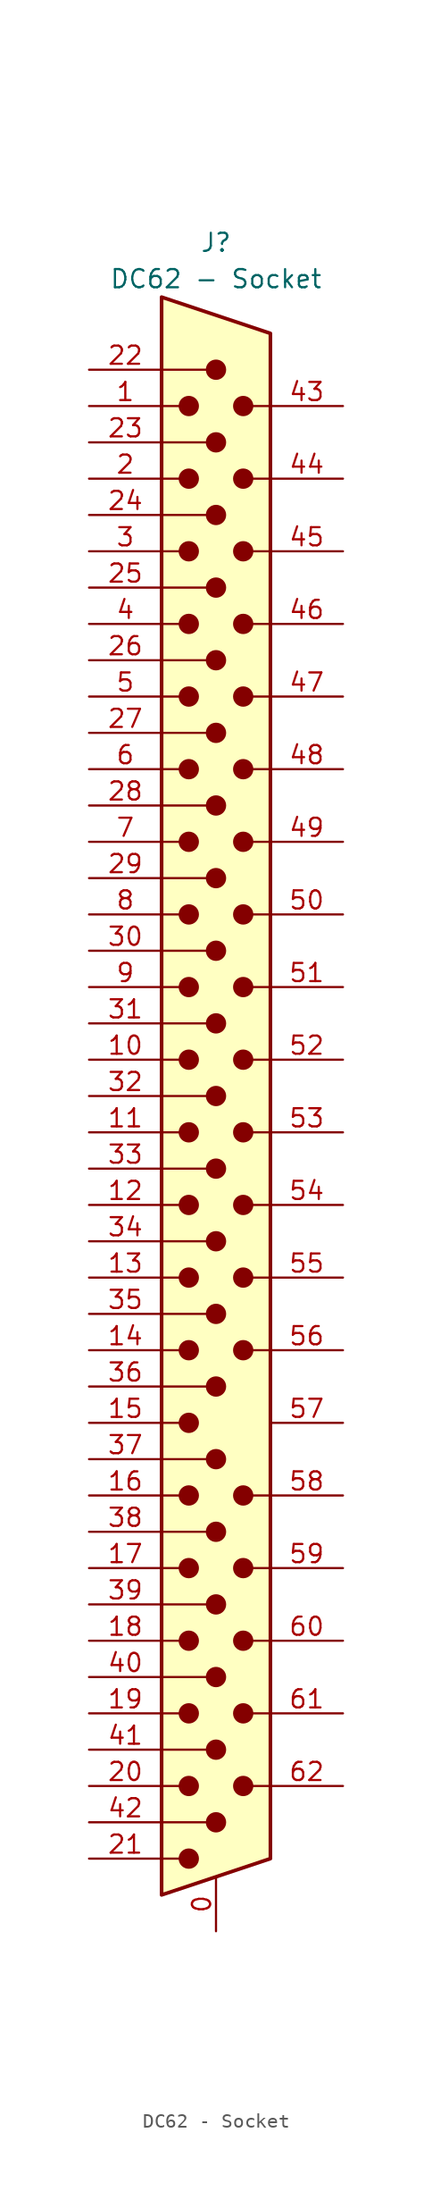
<source format=kicad_sym>
(kicad_symbol_lib
  (version 20211014)
  (generator kicad_symbol_editor)
  (symbol "DC62 - Socket"
    (pin_names
      (offset 1.016) hide)
    (property "Reference" "J"
      (at 0 39.37 0)
      (effects (font (size 1.27 1.27))))
    (property "Value" "DC62 - Socket"
      (at 0 36.83 0)
      (effects (font (size 1.27 1.27))))
    (symbol "DC62 - Socket_0_1"
      (circle (center -1.905 -73.66) (radius 0.635) (stroke (width 0) (type default) (color 0 0 0 0)) (fill (type outline)))
      (circle (center -1.905 -68.58) (radius 0.635) (stroke (width 0) (type default) (color 0 0 0 0)) (fill (type outline)))
      (circle (center -1.905 -63.5) (radius 0.635) (stroke (width 0) (type default) (color 0 0 0 0)) (fill (type outline)))
      (circle (center -1.905 -58.42) (radius 0.635) (stroke (width 0) (type default) (color 0 0 0 0)) (fill (type outline)))
      (circle (center -1.905 -53.34) (radius 0.635) (stroke (width 0) (type default) (color 0 0 0 0)) (fill (type outline)))
      (circle (center -1.905 -48.26) (radius 0.635) (stroke (width 0) (type default) (color 0 0 0 0)) (fill (type outline)))
      (circle (center -1.905 -43.18) (radius 0.635) (stroke (width 0) (type default) (color 0 0 0 0)) (fill (type outline)))
      (circle (center -1.905 -38.1) (radius 0.635) (stroke (width 0) (type default) (color 0 0 0 0)) (fill (type outline)))
      (circle (center -1.905 -33.02) (radius 0.635) (stroke (width 0) (type default) (color 0 0 0 0)) (fill (type outline)))
      (circle (center -1.905 -27.94) (radius 0.635) (stroke (width 0) (type default) (color 0 0 0 0)) (fill (type outline)))
      (circle (center -1.905 -22.86) (radius 0.635) (stroke (width 0) (type default) (color 0 0 0 0)) (fill (type outline)))
      (circle (center -1.905 -17.78) (radius 0.635) (stroke (width 0) (type default) (color 0 0 0 0)) (fill (type outline)))
      (circle (center -1.905 -12.7) (radius 0.635) (stroke (width 0) (type default) (color 0 0 0 0)) (fill (type outline)))
      (circle (center -1.905 -7.62) (radius 0.635) (stroke (width 0) (type default) (color 0 0 0 0)) (fill (type outline)))
      (circle (center -1.905 -2.54) (radius 0.635) (stroke (width 0) (type default) (color 0 0 0 0)) (fill (type outline)))
      (circle (center -1.905 2.54) (radius 0.635) (stroke (width 0) (type default) (color 0 0 0 0)) (fill (type outline)))
      (circle (center -1.905 7.62) (radius 0.635) (stroke (width 0) (type default) (color 0 0 0 0)) (fill (type outline)))
      (circle (center -1.905 12.7) (radius 0.635) (stroke (width 0) (type default) (color 0 0 0 0)) (fill (type outline)))
      (circle (center -1.905 17.78) (radius 0.635) (stroke (width 0) (type default) (color 0 0 0 0)) (fill (type outline)))
      (circle (center -1.905 22.86) (radius 0.635) (stroke (width 0) (type default) (color 0 0 0 0)) (fill (type outline)))
      (circle (center -1.905 27.94) (radius 0.635) (stroke (width 0) (type default) (color 0 0 0 0)) (fill (type outline)))
      (circle (center 0 -71.12) (radius 0.635) (stroke (width 0) (type default) (color 0 0 0 0)) (fill (type outline)))
      (circle (center 0 -66.04) (radius 0.635) (stroke (width 0) (type default) (color 0 0 0 0)) (fill (type outline)))
      (circle (center 0 -60.96) (radius 0.635) (stroke (width 0) (type default) (color 0 0 0 0)) (fill (type outline)))
      (circle (center 0 -55.88) (radius 0.635) (stroke (width 0) (type default) (color 0 0 0 0)) (fill (type outline)))
      (circle (center 0 -50.8) (radius 0.635) (stroke (width 0) (type default) (color 0 0 0 0)) (fill (type outline)))
      (circle (center 0 -45.72) (radius 0.635) (stroke (width 0) (type default) (color 0 0 0 0)) (fill (type outline)))
      (circle (center 0 -40.64) (radius 0.635) (stroke (width 0) (type default) (color 0 0 0 0)) (fill (type outline)))
      (circle (center 0 -35.56) (radius 0.635) (stroke (width 0) (type default) (color 0 0 0 0)) (fill (type outline)))
      (circle (center 0 -30.48) (radius 0.635) (stroke (width 0) (type default) (color 0 0 0 0)) (fill (type outline)))
      (circle (center 0 -25.4) (radius 0.635) (stroke (width 0) (type default) (color 0 0 0 0)) (fill (type outline)))
      (circle (center 0 -20.32) (radius 0.635) (stroke (width 0) (type default) (color 0 0 0 0)) (fill (type outline)))
      (circle (center 0 -15.24) (radius 0.635) (stroke (width 0) (type default) (color 0 0 0 0)) (fill (type outline)))
      (circle (center 0 -10.16) (radius 0.635) (stroke (width 0) (type default) (color 0 0 0 0)) (fill (type outline)))
      (circle (center 0 -5.08) (radius 0.635) (stroke (width 0) (type default) (color 0 0 0 0)) (fill (type outline)))
      (polyline (pts (xy -2.54 -73.66) (xy -3.81 -73.66)) (stroke (width 0) (type default) (color 0 0 0 0)) (fill (type none)))
      (polyline (pts (xy -2.54 -68.58) (xy -3.81 -68.58)) (stroke (width 0) (type default) (color 0 0 0 0)) (fill (type none)))
      (polyline (pts (xy -2.54 -63.5) (xy -3.81 -63.5)) (stroke (width 0) (type default) (color 0 0 0 0)) (fill (type none)))
      (polyline (pts (xy -2.54 -58.42) (xy -3.81 -58.42)) (stroke (width 0) (type default) (color 0 0 0 0)) (fill (type none)))
      (polyline (pts (xy -2.54 -53.34) (xy -3.81 -53.34)) (stroke (width 0) (type default) (color 0 0 0 0)) (fill (type none)))
      (polyline (pts (xy -2.54 -48.26) (xy -3.81 -48.26)) (stroke (width 0) (type default) (color 0 0 0 0)) (fill (type none)))
      (polyline (pts (xy -2.54 -43.18) (xy -3.81 -43.18)) (stroke (width 0) (type default) (color 0 0 0 0)) (fill (type none)))
      (polyline (pts (xy -2.54 -38.1) (xy -3.81 -38.1)) (stroke (width 0) (type default) (color 0 0 0 0)) (fill (type none)))
      (polyline (pts (xy -2.54 -33.02) (xy -3.81 -33.02)) (stroke (width 0) (type default) (color 0 0 0 0)) (fill (type none)))
      (polyline (pts (xy -2.54 -27.94) (xy -3.81 -27.94)) (stroke (width 0) (type default) (color 0 0 0 0)) (fill (type none)))
      (polyline (pts (xy -2.54 -22.86) (xy -3.81 -22.86)) (stroke (width 0) (type default) (color 0 0 0 0)) (fill (type none)))
      (polyline (pts (xy -2.54 -17.78) (xy -3.81 -17.78)) (stroke (width 0) (type default) (color 0 0 0 0)) (fill (type none)))
      (polyline (pts (xy -2.54 -12.7) (xy -3.81 -12.7)) (stroke (width 0) (type default) (color 0 0 0 0)) (fill (type none)))
      (polyline (pts (xy -2.54 -7.62) (xy -3.81 -7.62)) (stroke (width 0) (type default) (color 0 0 0 0)) (fill (type none)))
      (polyline (pts (xy -2.54 -2.54) (xy -3.81 -2.54)) (stroke (width 0) (type default) (color 0 0 0 0)) (fill (type none)))
      (polyline (pts (xy -2.54 2.54) (xy -3.81 2.54)) (stroke (width 0) (type default) (color 0 0 0 0)) (fill (type none)))
      (polyline (pts (xy -2.54 7.62) (xy -3.81 7.62)) (stroke (width 0) (type default) (color 0 0 0 0)) (fill (type none)))
      (polyline (pts (xy -2.54 12.7) (xy -3.81 12.7)) (stroke (width 0) (type default) (color 0 0 0 0)) (fill (type none)))
      (polyline (pts (xy -2.54 17.78) (xy -3.81 17.78)) (stroke (width 0) (type default) (color 0 0 0 0)) (fill (type none)))
      (polyline (pts (xy -2.54 22.86) (xy -3.81 22.86)) (stroke (width 0) (type default) (color 0 0 0 0)) (fill (type none)))
      (polyline (pts (xy -2.54 27.94) (xy -3.81 27.94)) (stroke (width 0) (type default) (color 0 0 0 0)) (fill (type none)))
      (polyline (pts (xy 0 -71.12) (xy -3.81 -71.12)) (stroke (width 0) (type default) (color 0 0 0 0)) (fill (type none)))
      (polyline (pts (xy 0 -66.04) (xy -3.81 -66.04)) (stroke (width 0) (type default) (color 0 0 0 0)) (fill (type none)))
      (polyline (pts (xy 0 -60.96) (xy -3.81 -60.96)) (stroke (width 0) (type default) (color 0 0 0 0)) (fill (type none)))
      (polyline (pts (xy 0 -55.88) (xy -3.81 -55.88)) (stroke (width 0) (type default) (color 0 0 0 0)) (fill (type none)))
      (polyline (pts (xy 0 -50.8) (xy -3.81 -50.8)) (stroke (width 0) (type default) (color 0 0 0 0)) (fill (type none)))
      (polyline (pts (xy 0 -45.72) (xy -3.81 -45.72)) (stroke (width 0) (type default) (color 0 0 0 0)) (fill (type none)))
      (polyline (pts (xy 0 -40.64) (xy -3.81 -40.64)) (stroke (width 0) (type default) (color 0 0 0 0)) (fill (type none)))
      (polyline (pts (xy 0 -35.56) (xy -3.81 -35.56)) (stroke (width 0) (type default) (color 0 0 0 0)) (fill (type none)))
      (polyline (pts (xy 0 -30.48) (xy -3.81 -30.48)) (stroke (width 0) (type default) (color 0 0 0 0)) (fill (type none)))
      (polyline (pts (xy 0 -25.4) (xy -3.81 -25.4)) (stroke (width 0) (type default) (color 0 0 0 0)) (fill (type none)))
      (polyline (pts (xy 0 -20.32) (xy -3.81 -20.32)) (stroke (width 0) (type default) (color 0 0 0 0)) (fill (type none)))
      (polyline (pts (xy 0 -15.24) (xy -3.81 -15.24)) (stroke (width 0) (type default) (color 0 0 0 0)) (fill (type none)))
      (polyline (pts (xy 0 -10.16) (xy -3.81 -10.16)) (stroke (width 0) (type default) (color 0 0 0 0)) (fill (type none)))
      (polyline (pts (xy 0 -5.08) (xy -3.81 -5.08)) (stroke (width 0) (type default) (color 0 0 0 0)) (fill (type none)))
      (polyline (pts (xy 0 0) (xy -3.81 0)) (stroke (width 0) (type default) (color 0 0 0 0)) (fill (type none)))
      (polyline (pts (xy 0 5.08) (xy -3.81 5.08)) (stroke (width 0) (type default) (color 0 0 0 0)) (fill (type none)))
      (polyline (pts (xy 0 10.16) (xy -3.81 10.16)) (stroke (width 0) (type default) (color 0 0 0 0)) (fill (type none)))
      (polyline (pts (xy 0 15.24) (xy -3.81 15.24)) (stroke (width 0) (type default) (color 0 0 0 0)) (fill (type none)))
      (polyline (pts (xy 0 20.32) (xy -3.81 20.32)) (stroke (width 0) (type default) (color 0 0 0 0)) (fill (type none)))
      (polyline (pts (xy 0 25.4) (xy -3.81 25.4)) (stroke (width 0) (type default) (color 0 0 0 0)) (fill (type none)))
      (polyline (pts (xy 0 30.48) (xy -3.81 30.48)) (stroke (width 0) (type default) (color 0 0 0 0)) (fill (type none)))
      (polyline (pts (xy 3.81 -68.58) (xy 2.54 -68.58)) (stroke (width 0) (type default) (color 0 0 0 0)) (fill (type none)))
      (polyline (pts (xy 3.81 -63.5) (xy 2.54 -63.5)) (stroke (width 0) (type default) (color 0 0 0 0)) (fill (type none)))
      (polyline (pts (xy 3.81 -58.42) (xy 2.54 -58.42)) (stroke (width 0) (type default) (color 0 0 0 0)) (fill (type none)))
      (polyline (pts (xy 3.81 -53.34) (xy 2.54 -53.34)) (stroke (width 0) (type default) (color 0 0 0 0)) (fill (type none)))
      (polyline (pts (xy 3.81 -48.26) (xy 2.54 -48.26)) (stroke (width 0) (type default) (color 0 0 0 0)) (fill (type none)))
      (polyline (pts (xy 3.81 -38.1) (xy 2.54 -38.1)) (stroke (width 0) (type default) (color 0 0 0 0)) (fill (type none)))
      (polyline (pts (xy 3.81 -33.02) (xy 2.54 -33.02)) (stroke (width 0) (type default) (color 0 0 0 0)) (fill (type none)))
      (polyline (pts (xy 3.81 -27.94) (xy 2.54 -27.94)) (stroke (width 0) (type default) (color 0 0 0 0)) (fill (type none)))
      (polyline (pts (xy 3.81 -22.86) (xy 2.54 -22.86)) (stroke (width 0) (type default) (color 0 0 0 0)) (fill (type none)))
      (polyline (pts (xy 3.81 -17.78) (xy 2.54 -17.78)) (stroke (width 0) (type default) (color 0 0 0 0)) (fill (type none)))
      (polyline (pts (xy 3.81 -12.7) (xy 2.54 -12.7)) (stroke (width 0) (type default) (color 0 0 0 0)) (fill (type none)))
      (polyline (pts (xy 3.81 -7.62) (xy 2.54 -7.62)) (stroke (width 0) (type default) (color 0 0 0 0)) (fill (type none)))
      (polyline (pts (xy 3.81 -2.54) (xy 2.54 -2.54)) (stroke (width 0) (type default) (color 0 0 0 0)) (fill (type none)))
      (polyline (pts (xy 3.81 2.54) (xy 2.54 2.54)) (stroke (width 0) (type default) (color 0 0 0 0)) (fill (type none)))
      (polyline (pts (xy 3.81 7.62) (xy 2.54 7.62)) (stroke (width 0) (type default) (color 0 0 0 0)) (fill (type none)))
      (polyline (pts (xy 3.81 12.7) (xy 2.54 12.7)) (stroke (width 0) (type default) (color 0 0 0 0)) (fill (type none)))
      (polyline (pts (xy 3.81 17.78) (xy 2.54 17.78)) (stroke (width 0) (type default) (color 0 0 0 0)) (fill (type none)))
      (polyline (pts (xy 3.81 22.86) (xy 2.54 22.86)) (stroke (width 0) (type default) (color 0 0 0 0)) (fill (type none)))
      (polyline (pts (xy 3.81 27.94) (xy 2.54 27.94)) (stroke (width 0) (type default) (color 0 0 0 0)) (fill (type none)))
      (polyline (pts (xy -3.81 35.56) (xy -3.81 -76.2) (xy 3.81 -73.66) (xy 3.81 33.02) (xy -3.81 35.56)) (stroke (width 0.254) (type default) (color 0 0 0 0)) (fill (type background)))
      (circle (center 0 0) (radius 0.635) (stroke (width 0) (type default) (color 0 0 0 0)) (fill (type outline)))
      (circle (center 0 5.08) (radius 0.635) (stroke (width 0) (type default) (color 0 0 0 0)) (fill (type outline)))
      (circle (center 0 10.16) (radius 0.635) (stroke (width 0) (type default) (color 0 0 0 0)) (fill (type outline)))
      (circle (center 0 15.24) (radius 0.635) (stroke (width 0) (type default) (color 0 0 0 0)) (fill (type outline)))
      (circle (center 0 20.32) (radius 0.635) (stroke (width 0) (type default) (color 0 0 0 0)) (fill (type outline)))
      (circle (center 0 25.4) (radius 0.635) (stroke (width 0) (type default) (color 0 0 0 0)) (fill (type outline)))
      (circle (center 0 30.48) (radius 0.635) (stroke (width 0) (type default) (color 0 0 0 0)) (fill (type outline)))
      (circle (center 1.905 -68.58) (radius 0.635) (stroke (width 0) (type default) (color 0 0 0 0)) (fill (type outline)))
      (circle (center 1.905 -63.5) (radius 0.635) (stroke (width 0) (type default) (color 0 0 0 0)) (fill (type outline)))
      (circle (center 1.905 -58.42) (radius 0.635) (stroke (width 0) (type default) (color 0 0 0 0)) (fill (type outline)))
      (circle (center 1.905 -53.34) (radius 0.635) (stroke (width 0) (type default) (color 0 0 0 0)) (fill (type outline)))
      (circle (center 1.905 -48.26) (radius 0.635) (stroke (width 0) (type default) (color 0 0 0 0)) (fill (type outline)))
      (circle (center 1.905 -38.1) (radius 0.635) (stroke (width 0) (type default) (color 0 0 0 0)) (fill (type outline)))
      (circle (center 1.905 -33.02) (radius 0.635) (stroke (width 0) (type default) (color 0 0 0 0)) (fill (type outline)))
      (circle (center 1.905 -27.94) (radius 0.635) (stroke (width 0) (type default) (color 0 0 0 0)) (fill (type outline)))
      (circle (center 1.905 -22.86) (radius 0.635) (stroke (width 0) (type default) (color 0 0 0 0)) (fill (type outline)))
      (circle (center 1.905 -17.78) (radius 0.635) (stroke (width 0) (type default) (color 0 0 0 0)) (fill (type outline)))
      (circle (center 1.905 -12.7) (radius 0.635) (stroke (width 0) (type default) (color 0 0 0 0)) (fill (type outline)))
      (circle (center 1.905 -7.62) (radius 0.635) (stroke (width 0) (type default) (color 0 0 0 0)) (fill (type outline)))
      (circle (center 1.905 -2.54) (radius 0.635) (stroke (width 0) (type default) (color 0 0 0 0)) (fill (type outline)))
      (circle (center 1.905 2.54) (radius 0.635) (stroke (width 0) (type default) (color 0 0 0 0)) (fill (type outline)))
      (circle (center 1.905 7.62) (radius 0.635) (stroke (width 0) (type default) (color 0 0 0 0)) (fill (type outline)))
      (circle (center 1.905 12.7) (radius 0.635) (stroke (width 0) (type default) (color 0 0 0 0)) (fill (type outline)))
      (circle (center 1.905 17.78) (radius 0.635) (stroke (width 0) (type default) (color 0 0 0 0)) (fill (type outline)))
      (circle (center 1.905 22.86) (radius 0.635) (stroke (width 0) (type default) (color 0 0 0 0)) (fill (type outline)))
      (circle (center 1.905 27.94) (radius 0.635) (stroke (width 0) (type default) (color 0 0 0 0)) (fill (type outline))))
    (symbol "DC62 - Socket_1_1"
      (pin passive line (at 0 -78.74 90) (length 3.81) (name "0" (effects (font (size 1.27 1.27)))) (number "0" (effects (font (size 1.27 1.27)))))
      (pin passive line (at -8.89 27.94 0) (length 5.08) (name "1" (effects (font (size 1.27 1.27)))) (number "1" (effects (font (size 1.27 1.27)))))
      (pin passive line (at -8.89 -17.78 0) (length 5.08) (name "10" (effects (font (size 1.27 1.27)))) (number "10" (effects (font (size 1.27 1.27)))))
      (pin passive line (at -8.89 -22.86 0) (length 5.08) (name "11" (effects (font (size 1.27 1.27)))) (number "11" (effects (font (size 1.27 1.27)))))
      (pin passive line (at -8.89 -27.94 0) (length 5.08) (name "12" (effects (font (size 1.27 1.27)))) (number "12" (effects (font (size 1.27 1.27)))))
      (pin passive line (at -8.89 -33.02 0) (length 5.08) (name "13" (effects (font (size 1.27 1.27)))) (number "13" (effects (font (size 1.27 1.27)))))
      (pin passive line (at -8.89 -38.1 0) (length 5.08) (name "14" (effects (font (size 1.27 1.27)))) (number "14" (effects (font (size 1.27 1.27)))))
      (pin passive line (at -8.89 -43.18 0) (length 5.08) (name "15" (effects (font (size 1.27 1.27)))) (number "15" (effects (font (size 1.27 1.27)))))
      (pin passive line (at -8.89 -48.26 0) (length 5.08) (name "16" (effects (font (size 1.27 1.27)))) (number "16" (effects (font (size 1.27 1.27)))))
      (pin passive line (at -8.89 -53.34 0) (length 5.08) (name "17" (effects (font (size 1.27 1.27)))) (number "17" (effects (font (size 1.27 1.27)))))
      (pin passive line (at -8.89 -58.42 0) (length 5.08) (name "18" (effects (font (size 1.27 1.27)))) (number "18" (effects (font (size 1.27 1.27)))))
      (pin passive line (at -8.89 -63.5 0) (length 5.08) (name "19" (effects (font (size 1.27 1.27)))) (number "19" (effects (font (size 1.27 1.27)))))
      (pin passive line (at -8.89 22.86 0) (length 5.08) (name "2" (effects (font (size 1.27 1.27)))) (number "2" (effects (font (size 1.27 1.27)))))
      (pin passive line (at -8.89 -68.58 0) (length 5.08) (name "20" (effects (font (size 1.27 1.27)))) (number "20" (effects (font (size 1.27 1.27)))))
      (pin passive line (at -8.89 -73.66 0) (length 5.08) (name "21" (effects (font (size 1.27 1.27)))) (number "21" (effects (font (size 1.27 1.27)))))
      (pin passive line (at -8.89 30.48 0) (length 5.08) (name "22" (effects (font (size 1.27 1.27)))) (number "22" (effects (font (size 1.27 1.27)))))
      (pin passive line (at -8.89 25.4 0) (length 5.08) (name "23" (effects (font (size 1.27 1.27)))) (number "23" (effects (font (size 1.27 1.27)))))
      (pin passive line (at -8.89 20.32 0) (length 5.08) (name "24" (effects (font (size 1.27 1.27)))) (number "24" (effects (font (size 1.27 1.27)))))
      (pin passive line (at -8.89 15.24 0) (length 5.08) (name "25" (effects (font (size 1.27 1.27)))) (number "25" (effects (font (size 1.27 1.27)))))
      (pin passive line (at -8.89 10.16 0) (length 5.08) (name "26" (effects (font (size 1.27 1.27)))) (number "26" (effects (font (size 1.27 1.27)))))
      (pin passive line (at -8.89 5.08 0) (length 5.08) (name "27" (effects (font (size 1.27 1.27)))) (number "27" (effects (font (size 1.27 1.27)))))
      (pin passive line (at -8.89 0 0) (length 5.08) (name "28" (effects (font (size 1.27 1.27)))) (number "28" (effects (font (size 1.27 1.27)))))
      (pin passive line (at -8.89 -5.08 0) (length 5.08) (name "29" (effects (font (size 1.27 1.27)))) (number "29" (effects (font (size 1.27 1.27)))))
      (pin passive line (at -8.89 17.78 0) (length 5.08) (name "3" (effects (font (size 1.27 1.27)))) (number "3" (effects (font (size 1.27 1.27)))))
      (pin passive line (at -8.89 -10.16 0) (length 5.08) (name "30" (effects (font (size 1.27 1.27)))) (number "30" (effects (font (size 1.27 1.27)))))
      (pin passive line (at -8.89 -15.24 0) (length 5.08) (name "31" (effects (font (size 1.27 1.27)))) (number "31" (effects (font (size 1.27 1.27)))))
      (pin passive line (at -8.89 -20.32 0) (length 5.08) (name "32" (effects (font (size 1.27 1.27)))) (number "32" (effects (font (size 1.27 1.27)))))
      (pin passive line (at -8.89 -25.4 0) (length 5.08) (name "33" (effects (font (size 1.27 1.27)))) (number "33" (effects (font (size 1.27 1.27)))))
      (pin passive line (at -8.89 -30.48 0) (length 5.08) (name "34" (effects (font (size 1.27 1.27)))) (number "34" (effects (font (size 1.27 1.27)))))
      (pin passive line (at -8.89 -35.56 0) (length 5.08) (name "35" (effects (font (size 1.27 1.27)))) (number "35" (effects (font (size 1.27 1.27)))))
      (pin passive line (at -8.89 -40.64 0) (length 5.08) (name "36" (effects (font (size 1.27 1.27)))) (number "36" (effects (font (size 1.27 1.27)))))
      (pin passive line (at -8.89 -45.72 0) (length 5.08) (name "37" (effects (font (size 1.27 1.27)))) (number "37" (effects (font (size 1.27 1.27)))))
      (pin passive line (at -8.89 -50.8 0) (length 5.08) (name "38" (effects (font (size 1.27 1.27)))) (number "38" (effects (font (size 1.27 1.27)))))
      (pin passive line (at -8.89 -55.88 0) (length 5.08) (name "39" (effects (font (size 1.27 1.27)))) (number "39" (effects (font (size 1.27 1.27)))))
      (pin passive line (at -8.89 12.7 0) (length 5.08) (name "4" (effects (font (size 1.27 1.27)))) (number "4" (effects (font (size 1.27 1.27)))))
      (pin passive line (at -8.89 -60.96 0) (length 5.08) (name "40" (effects (font (size 1.27 1.27)))) (number "40" (effects (font (size 1.27 1.27)))))
      (pin passive line (at -8.89 -66.04 0) (length 5.08) (name "41" (effects (font (size 1.27 1.27)))) (number "41" (effects (font (size 1.27 1.27)))))
      (pin passive line (at -8.89 -71.12 0) (length 5.08) (name "42" (effects (font (size 1.27 1.27)))) (number "42" (effects (font (size 1.27 1.27)))))
      (pin passive line (at 8.89 27.94 180) (length 5.08) (name "43" (effects (font (size 1.27 1.27)))) (number "43" (effects (font (size 1.27 1.27)))))
      (pin passive line (at 8.89 22.86 180) (length 5.08) (name "44" (effects (font (size 1.27 1.27)))) (number "44" (effects (font (size 1.27 1.27)))))
      (pin passive line (at 8.89 17.78 180) (length 5.08) (name "45" (effects (font (size 1.27 1.27)))) (number "45" (effects (font (size 1.27 1.27)))))
      (pin passive line (at 8.89 12.7 180) (length 5.08) (name "46" (effects (font (size 1.27 1.27)))) (number "46" (effects (font (size 1.27 1.27)))))
      (pin passive line (at 8.89 7.62 180) (length 5.08) (name "47" (effects (font (size 1.27 1.27)))) (number "47" (effects (font (size 1.27 1.27)))))
      (pin passive line (at 8.89 2.54 180) (length 5.08) (name "48" (effects (font (size 1.27 1.27)))) (number "48" (effects (font (size 1.27 1.27)))))
      (pin passive line (at 8.89 -2.54 180) (length 5.08) (name "49" (effects (font (size 1.27 1.27)))) (number "49" (effects (font (size 1.27 1.27)))))
      (pin passive line (at -8.89 7.62 0) (length 5.08) (name "5" (effects (font (size 1.27 1.27)))) (number "5" (effects (font (size 1.27 1.27)))))
      (pin passive line (at 8.89 -7.62 180) (length 5.08) (name "50" (effects (font (size 1.27 1.27)))) (number "50" (effects (font (size 1.27 1.27)))))
      (pin passive line (at 8.89 -12.7 180) (length 5.08) (name "51" (effects (font (size 1.27 1.27)))) (number "51" (effects (font (size 1.27 1.27)))))
      (pin passive line (at 8.89 -17.78 180) (length 5.08) (name "52" (effects (font (size 1.27 1.27)))) (number "52" (effects (font (size 1.27 1.27)))))
      (pin passive line (at 8.89 -22.86 180) (length 5.08) (name "53" (effects (font (size 1.27 1.27)))) (number "53" (effects (font (size 1.27 1.27)))))
      (pin passive line (at 8.89 -27.94 180) (length 5.08) (name "54" (effects (font (size 1.27 1.27)))) (number "54" (effects (font (size 1.27 1.27)))))
      (pin passive line (at 8.89 -33.02 180) (length 5.08) (name "55" (effects (font (size 1.27 1.27)))) (number "55" (effects (font (size 1.27 1.27)))))
      (pin passive line (at 8.89 -38.1 180) (length 5.08) (name "56" (effects (font (size 1.27 1.27)))) (number "56" (effects (font (size 1.27 1.27)))))
      (pin passive line (at 8.89 -43.18 180) (length 5.08) (name "57" (effects (font (size 1.27 1.27)))) (number "57" (effects (font (size 1.27 1.27)))))
      (pin passive line (at 8.89 -48.26 180) (length 5.08) (name "58" (effects (font (size 1.27 1.27)))) (number "58" (effects (font (size 1.27 1.27)))))
      (pin passive line (at 8.89 -53.34 180) (length 5.08) (name "59" (effects (font (size 1.27 1.27)))) (number "59" (effects (font (size 1.27 1.27)))))
      (pin passive line (at -8.89 2.54 0) (length 5.08) (name "6" (effects (font (size 1.27 1.27)))) (number "6" (effects (font (size 1.27 1.27)))))
      (pin passive line (at 8.89 -58.42 180) (length 5.08) (name "60" (effects (font (size 1.27 1.27)))) (number "60" (effects (font (size 1.27 1.27)))))
      (pin passive line (at 8.89 -63.5 180) (length 5.08) (name "61" (effects (font (size 1.27 1.27)))) (number "61" (effects (font (size 1.27 1.27)))))
      (pin passive line (at 8.89 -68.58 180) (length 5.08) (name "62" (effects (font (size 1.27 1.27)))) (number "62" (effects (font (size 1.27 1.27)))))
      (pin passive line (at -8.89 -2.54 0) (length 5.08) (name "7" (effects (font (size 1.27 1.27)))) (number "7" (effects (font (size 1.27 1.27)))))
      (pin passive line (at -8.89 -7.62 0) (length 5.08) (name "8" (effects (font (size 1.27 1.27)))) (number "8" (effects (font (size 1.27 1.27)))))
      (pin passive line (at -8.89 -12.7 0) (length 5.08) (name "9" (effects (font (size 1.27 1.27)))) (number "9" (effects (font (size 1.27 1.27))))))))
</source>
